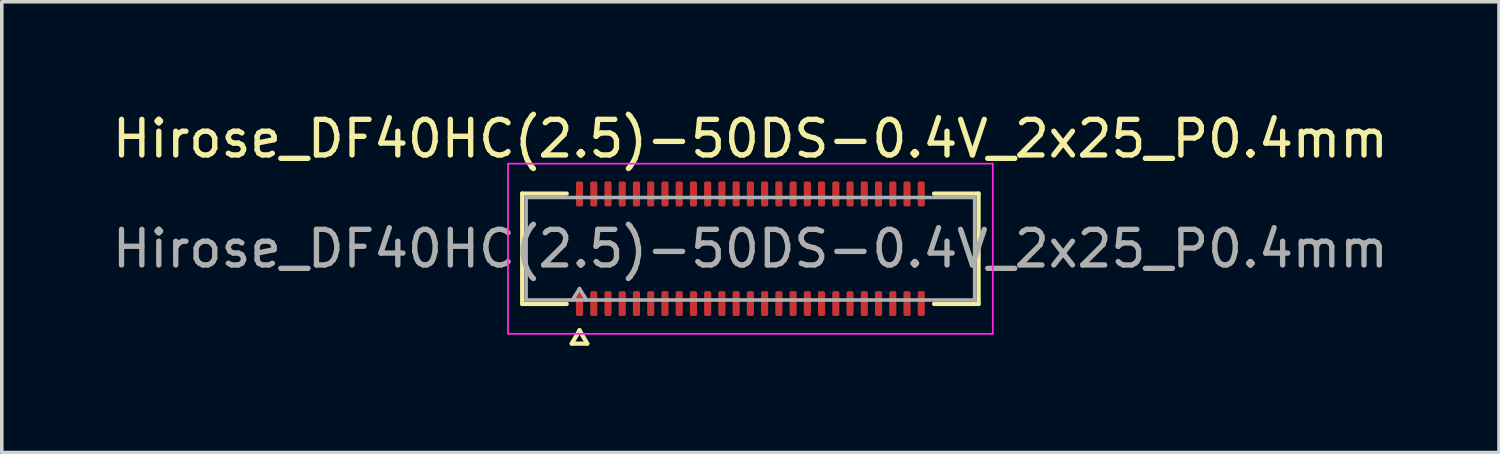
<source format=kicad_pcb>
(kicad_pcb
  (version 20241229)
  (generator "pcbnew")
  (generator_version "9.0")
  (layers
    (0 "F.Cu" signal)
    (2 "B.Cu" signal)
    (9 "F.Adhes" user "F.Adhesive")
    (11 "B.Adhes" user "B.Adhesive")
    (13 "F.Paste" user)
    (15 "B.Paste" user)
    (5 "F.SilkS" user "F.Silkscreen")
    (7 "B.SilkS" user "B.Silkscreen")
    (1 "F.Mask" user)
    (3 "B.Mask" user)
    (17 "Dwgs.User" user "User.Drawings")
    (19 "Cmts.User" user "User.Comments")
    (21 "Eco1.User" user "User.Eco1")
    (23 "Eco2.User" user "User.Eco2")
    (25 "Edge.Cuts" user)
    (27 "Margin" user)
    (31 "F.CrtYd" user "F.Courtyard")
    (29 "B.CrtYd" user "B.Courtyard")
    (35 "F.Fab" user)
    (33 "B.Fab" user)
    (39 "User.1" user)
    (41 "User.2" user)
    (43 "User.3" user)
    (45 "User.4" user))
  (footprint "Hirose_DF40HC(2.5)-50DS-0.4V_2x25_P0.4mm"
    (layer "F.Cu")
    (at 18.03 3.938)
    (property "Reference" "Hirose_DF40HC(2.5)-50DS-0.4V_2x25_P0.4mm" (at 0 -3.09 0) (layer "F.SilkS") (effects (font (size 1 1) (thickness 0.15))))
    (attr smd)
    (fp_line (start -6.41 -1.55) (end -5.16 -1.55) (stroke (width 0.12) (type solid)) (layer "F.SilkS"))
    (fp_line (start -6.41 1.55) (end -6.41 -1.55) (stroke (width 0.12) (type solid)) (layer "F.SilkS"))
    (fp_line (start -5.16 1.55) (end -6.41 1.55) (stroke (width 0.12) (type solid)) (layer "F.SilkS"))
    (fp_line (start -5.017 2.665) (end -4.8 2.29) (stroke (width 0.12) (type solid)) (layer "F.SilkS"))
    (fp_line (start -4.8 2.29) (end -4.583 2.665) (stroke (width 0.12) (type solid)) (layer "F.SilkS"))
    (fp_line (start -4.583 2.665) (end -5.017 2.665) (stroke (width 0.12) (type solid)) (layer "F.SilkS"))
    (fp_line (start 5.16 -1.55) (end 6.41 -1.55) (stroke (width 0.12) (type solid)) (layer "F.SilkS"))
    (fp_line (start 6.41 -1.55) (end 6.41 1.55) (stroke (width 0.12) (type solid)) (layer "F.SilkS"))
    (fp_line (start 6.41 1.55) (end 5.16 1.55) (stroke (width 0.12) (type solid)) (layer "F.SilkS"))
    (fp_line (start -6.81 -2.39) (end -6.81 2.39) (stroke (width 0.05) (type solid)) (layer "F.CrtYd"))
    (fp_line (start -6.81 2.39) (end 6.81 2.39) (stroke (width 0.05) (type solid)) (layer "F.CrtYd"))
    (fp_line (start 6.81 -2.39) (end -6.81 -2.39) (stroke (width 0.05) (type solid)) (layer "F.CrtYd"))
    (fp_line (start 6.81 2.39) (end 6.81 -2.39) (stroke (width 0.05) (type solid)) (layer "F.CrtYd"))
    (fp_line (start -6.3 -1.44) (end 6.3 -1.44) (stroke (width 0.1) (type solid)) (layer "F.Fab"))
    (fp_line (start -6.3 1.44) (end -6.3 -1.44) (stroke (width 0.1) (type solid)) (layer "F.Fab"))
    (fp_line (start -5 1.44) (end -4.8 1.12) (stroke (width 0.1) (type solid)) (layer "F.Fab"))
    (fp_line (start -4.8 1.12) (end -4.6 1.44) (stroke (width 0.1) (type solid)) (layer "F.Fab"))
    (fp_line (start 6.3 -1.44) (end 6.3 1.44) (stroke (width 0.1) (type solid)) (layer "F.Fab"))
    (fp_line (start 6.3 1.44) (end -6.3 1.44) (stroke (width 0.1) (type solid)) (layer "F.Fab"))
    (fp_text user "${REFERENCE}" (at 0 0 0) (layer "F.Fab") (effects (font (size 1 1) (thickness 0.15))))
    (pad "1" smd roundrect (at -4.8 1.54) (size 0.2 0.7) (layers "F.Cu" "F.Mask" "F.Paste") (roundrect_rratio 0.25))
    (pad "2" smd roundrect (at -4.8 -1.54) (size 0.2 0.7) (layers "F.Cu" "F.Mask" "F.Paste") (roundrect_rratio 0.25))
    (pad "3" smd roundrect (at -4.4 1.54) (size 0.2 0.7) (layers "F.Cu" "F.Mask" "F.Paste") (roundrect_rratio 0.25))
    (pad "4" smd roundrect (at -4.4 -1.54) (size 0.2 0.7) (layers "F.Cu" "F.Mask" "F.Paste") (roundrect_rratio 0.25))
    (pad "5" smd roundrect (at -4 1.54) (size 0.2 0.7) (layers "F.Cu" "F.Mask" "F.Paste") (roundrect_rratio 0.25))
    (pad "6" smd roundrect (at -4 -1.54) (size 0.2 0.7) (layers "F.Cu" "F.Mask" "F.Paste") (roundrect_rratio 0.25))
    (pad "7" smd roundrect (at -3.6 1.54) (size 0.2 0.7) (layers "F.Cu" "F.Mask" "F.Paste") (roundrect_rratio 0.25))
    (pad "8" smd roundrect (at -3.6 -1.54) (size 0.2 0.7) (layers "F.Cu" "F.Mask" "F.Paste") (roundrect_rratio 0.25))
    (pad "9" smd roundrect (at -3.2 1.54) (size 0.2 0.7) (layers "F.Cu" "F.Mask" "F.Paste") (roundrect_rratio 0.25))
    (pad "10" smd roundrect (at -3.2 -1.54) (size 0.2 0.7) (layers "F.Cu" "F.Mask" "F.Paste") (roundrect_rratio 0.25))
    (pad "11" smd roundrect (at -2.8 1.54) (size 0.2 0.7) (layers "F.Cu" "F.Mask" "F.Paste") (roundrect_rratio 0.25))
    (pad "12" smd roundrect (at -2.8 -1.54) (size 0.2 0.7) (layers "F.Cu" "F.Mask" "F.Paste") (roundrect_rratio 0.25))
    (pad "13" smd roundrect (at -2.4 1.54) (size 0.2 0.7) (layers "F.Cu" "F.Mask" "F.Paste") (roundrect_rratio 0.25))
    (pad "14" smd roundrect (at -2.4 -1.54) (size 0.2 0.7) (layers "F.Cu" "F.Mask" "F.Paste") (roundrect_rratio 0.25))
    (pad "15" smd roundrect (at -2 1.54) (size 0.2 0.7) (layers "F.Cu" "F.Mask" "F.Paste") (roundrect_rratio 0.25))
    (pad "16" smd roundrect (at -2 -1.54) (size 0.2 0.7) (layers "F.Cu" "F.Mask" "F.Paste") (roundrect_rratio 0.25))
    (pad "17" smd roundrect (at -1.6 1.54) (size 0.2 0.7) (layers "F.Cu" "F.Mask" "F.Paste") (roundrect_rratio 0.25))
    (pad "18" smd roundrect (at -1.6 -1.54) (size 0.2 0.7) (layers "F.Cu" "F.Mask" "F.Paste") (roundrect_rratio 0.25))
    (pad "19" smd roundrect (at -1.2 1.54) (size 0.2 0.7) (layers "F.Cu" "F.Mask" "F.Paste") (roundrect_rratio 0.25))
    (pad "20" smd roundrect (at -1.2 -1.54) (size 0.2 0.7) (layers "F.Cu" "F.Mask" "F.Paste") (roundrect_rratio 0.25))
    (pad "21" smd roundrect (at -0.8 1.54) (size 0.2 0.7) (layers "F.Cu" "F.Mask" "F.Paste") (roundrect_rratio 0.25))
    (pad "22" smd roundrect (at -0.8 -1.54) (size 0.2 0.7) (layers "F.Cu" "F.Mask" "F.Paste") (roundrect_rratio 0.25))
    (pad "23" smd roundrect (at -0.4 1.54) (size 0.2 0.7) (layers "F.Cu" "F.Mask" "F.Paste") (roundrect_rratio 0.25))
    (pad "24" smd roundrect (at -0.4 -1.54) (size 0.2 0.7) (layers "F.Cu" "F.Mask" "F.Paste") (roundrect_rratio 0.25))
    (pad "25" smd roundrect (at 0 1.54) (size 0.2 0.7) (layers "F.Cu" "F.Mask" "F.Paste") (roundrect_rratio 0.25))
    (pad "26" smd roundrect (at 0 -1.54) (size 0.2 0.7) (layers "F.Cu" "F.Mask" "F.Paste") (roundrect_rratio 0.25))
    (pad "27" smd roundrect (at 0.4 1.54) (size 0.2 0.7) (layers "F.Cu" "F.Mask" "F.Paste") (roundrect_rratio 0.25))
    (pad "28" smd roundrect (at 0.4 -1.54) (size 0.2 0.7) (layers "F.Cu" "F.Mask" "F.Paste") (roundrect_rratio 0.25))
    (pad "29" smd roundrect (at 0.8 1.54) (size 0.2 0.7) (layers "F.Cu" "F.Mask" "F.Paste") (roundrect_rratio 0.25))
    (pad "30" smd roundrect (at 0.8 -1.54) (size 0.2 0.7) (layers "F.Cu" "F.Mask" "F.Paste") (roundrect_rratio 0.25))
    (pad "31" smd roundrect (at 1.2 1.54) (size 0.2 0.7) (layers "F.Cu" "F.Mask" "F.Paste") (roundrect_rratio 0.25))
    (pad "32" smd roundrect (at 1.2 -1.54) (size 0.2 0.7) (layers "F.Cu" "F.Mask" "F.Paste") (roundrect_rratio 0.25))
    (pad "33" smd roundrect (at 1.6 1.54) (size 0.2 0.7) (layers "F.Cu" "F.Mask" "F.Paste") (roundrect_rratio 0.25))
    (pad "34" smd roundrect (at 1.6 -1.54) (size 0.2 0.7) (layers "F.Cu" "F.Mask" "F.Paste") (roundrect_rratio 0.25))
    (pad "35" smd roundrect (at 2 1.54) (size 0.2 0.7) (layers "F.Cu" "F.Mask" "F.Paste") (roundrect_rratio 0.25))
    (pad "36" smd roundrect (at 2 -1.54) (size 0.2 0.7) (layers "F.Cu" "F.Mask" "F.Paste") (roundrect_rratio 0.25))
    (pad "37" smd roundrect (at 2.4 1.54) (size 0.2 0.7) (layers "F.Cu" "F.Mask" "F.Paste") (roundrect_rratio 0.25))
    (pad "38" smd roundrect (at 2.4 -1.54) (size 0.2 0.7) (layers "F.Cu" "F.Mask" "F.Paste") (roundrect_rratio 0.25))
    (pad "39" smd roundrect (at 2.8 1.54) (size 0.2 0.7) (layers "F.Cu" "F.Mask" "F.Paste") (roundrect_rratio 0.25))
    (pad "40" smd roundrect (at 2.8 -1.54) (size 0.2 0.7) (layers "F.Cu" "F.Mask" "F.Paste") (roundrect_rratio 0.25))
    (pad "41" smd roundrect (at 3.2 1.54) (size 0.2 0.7) (layers "F.Cu" "F.Mask" "F.Paste") (roundrect_rratio 0.25))
    (pad "42" smd roundrect (at 3.2 -1.54) (size 0.2 0.7) (layers "F.Cu" "F.Mask" "F.Paste") (roundrect_rratio 0.25))
    (pad "43" smd roundrect (at 3.6 1.54) (size 0.2 0.7) (layers "F.Cu" "F.Mask" "F.Paste") (roundrect_rratio 0.25))
    (pad "44" smd roundrect (at 3.6 -1.54) (size 0.2 0.7) (layers "F.Cu" "F.Mask" "F.Paste") (roundrect_rratio 0.25))
    (pad "45" smd roundrect (at 4 1.54) (size 0.2 0.7) (layers "F.Cu" "F.Mask" "F.Paste") (roundrect_rratio 0.25))
    (pad "46" smd roundrect (at 4 -1.54) (size 0.2 0.7) (layers "F.Cu" "F.Mask" "F.Paste") (roundrect_rratio 0.25))
    (pad "47" smd roundrect (at 4.4 1.54) (size 0.2 0.7) (layers "F.Cu" "F.Mask" "F.Paste") (roundrect_rratio 0.25))
    (pad "48" smd roundrect (at 4.4 -1.54) (size 0.2 0.7) (layers "F.Cu" "F.Mask" "F.Paste") (roundrect_rratio 0.25))
    (pad "49" smd roundrect (at 4.8 1.54) (size 0.2 0.7) (layers "F.Cu" "F.Mask" "F.Paste") (roundrect_rratio 0.25))
    (pad "50" smd roundrect (at 4.8 -1.54) (size 0.2 0.7) (layers "F.Cu" "F.Mask" "F.Paste") (roundrect_rratio 0.25)))
  (gr_rect
    (start -3 -3)
    (end 39.06 9.663)
    (stroke (width 0.1) (type default))
    (fill no)
    (layer "Edge.Cuts")))
</source>
